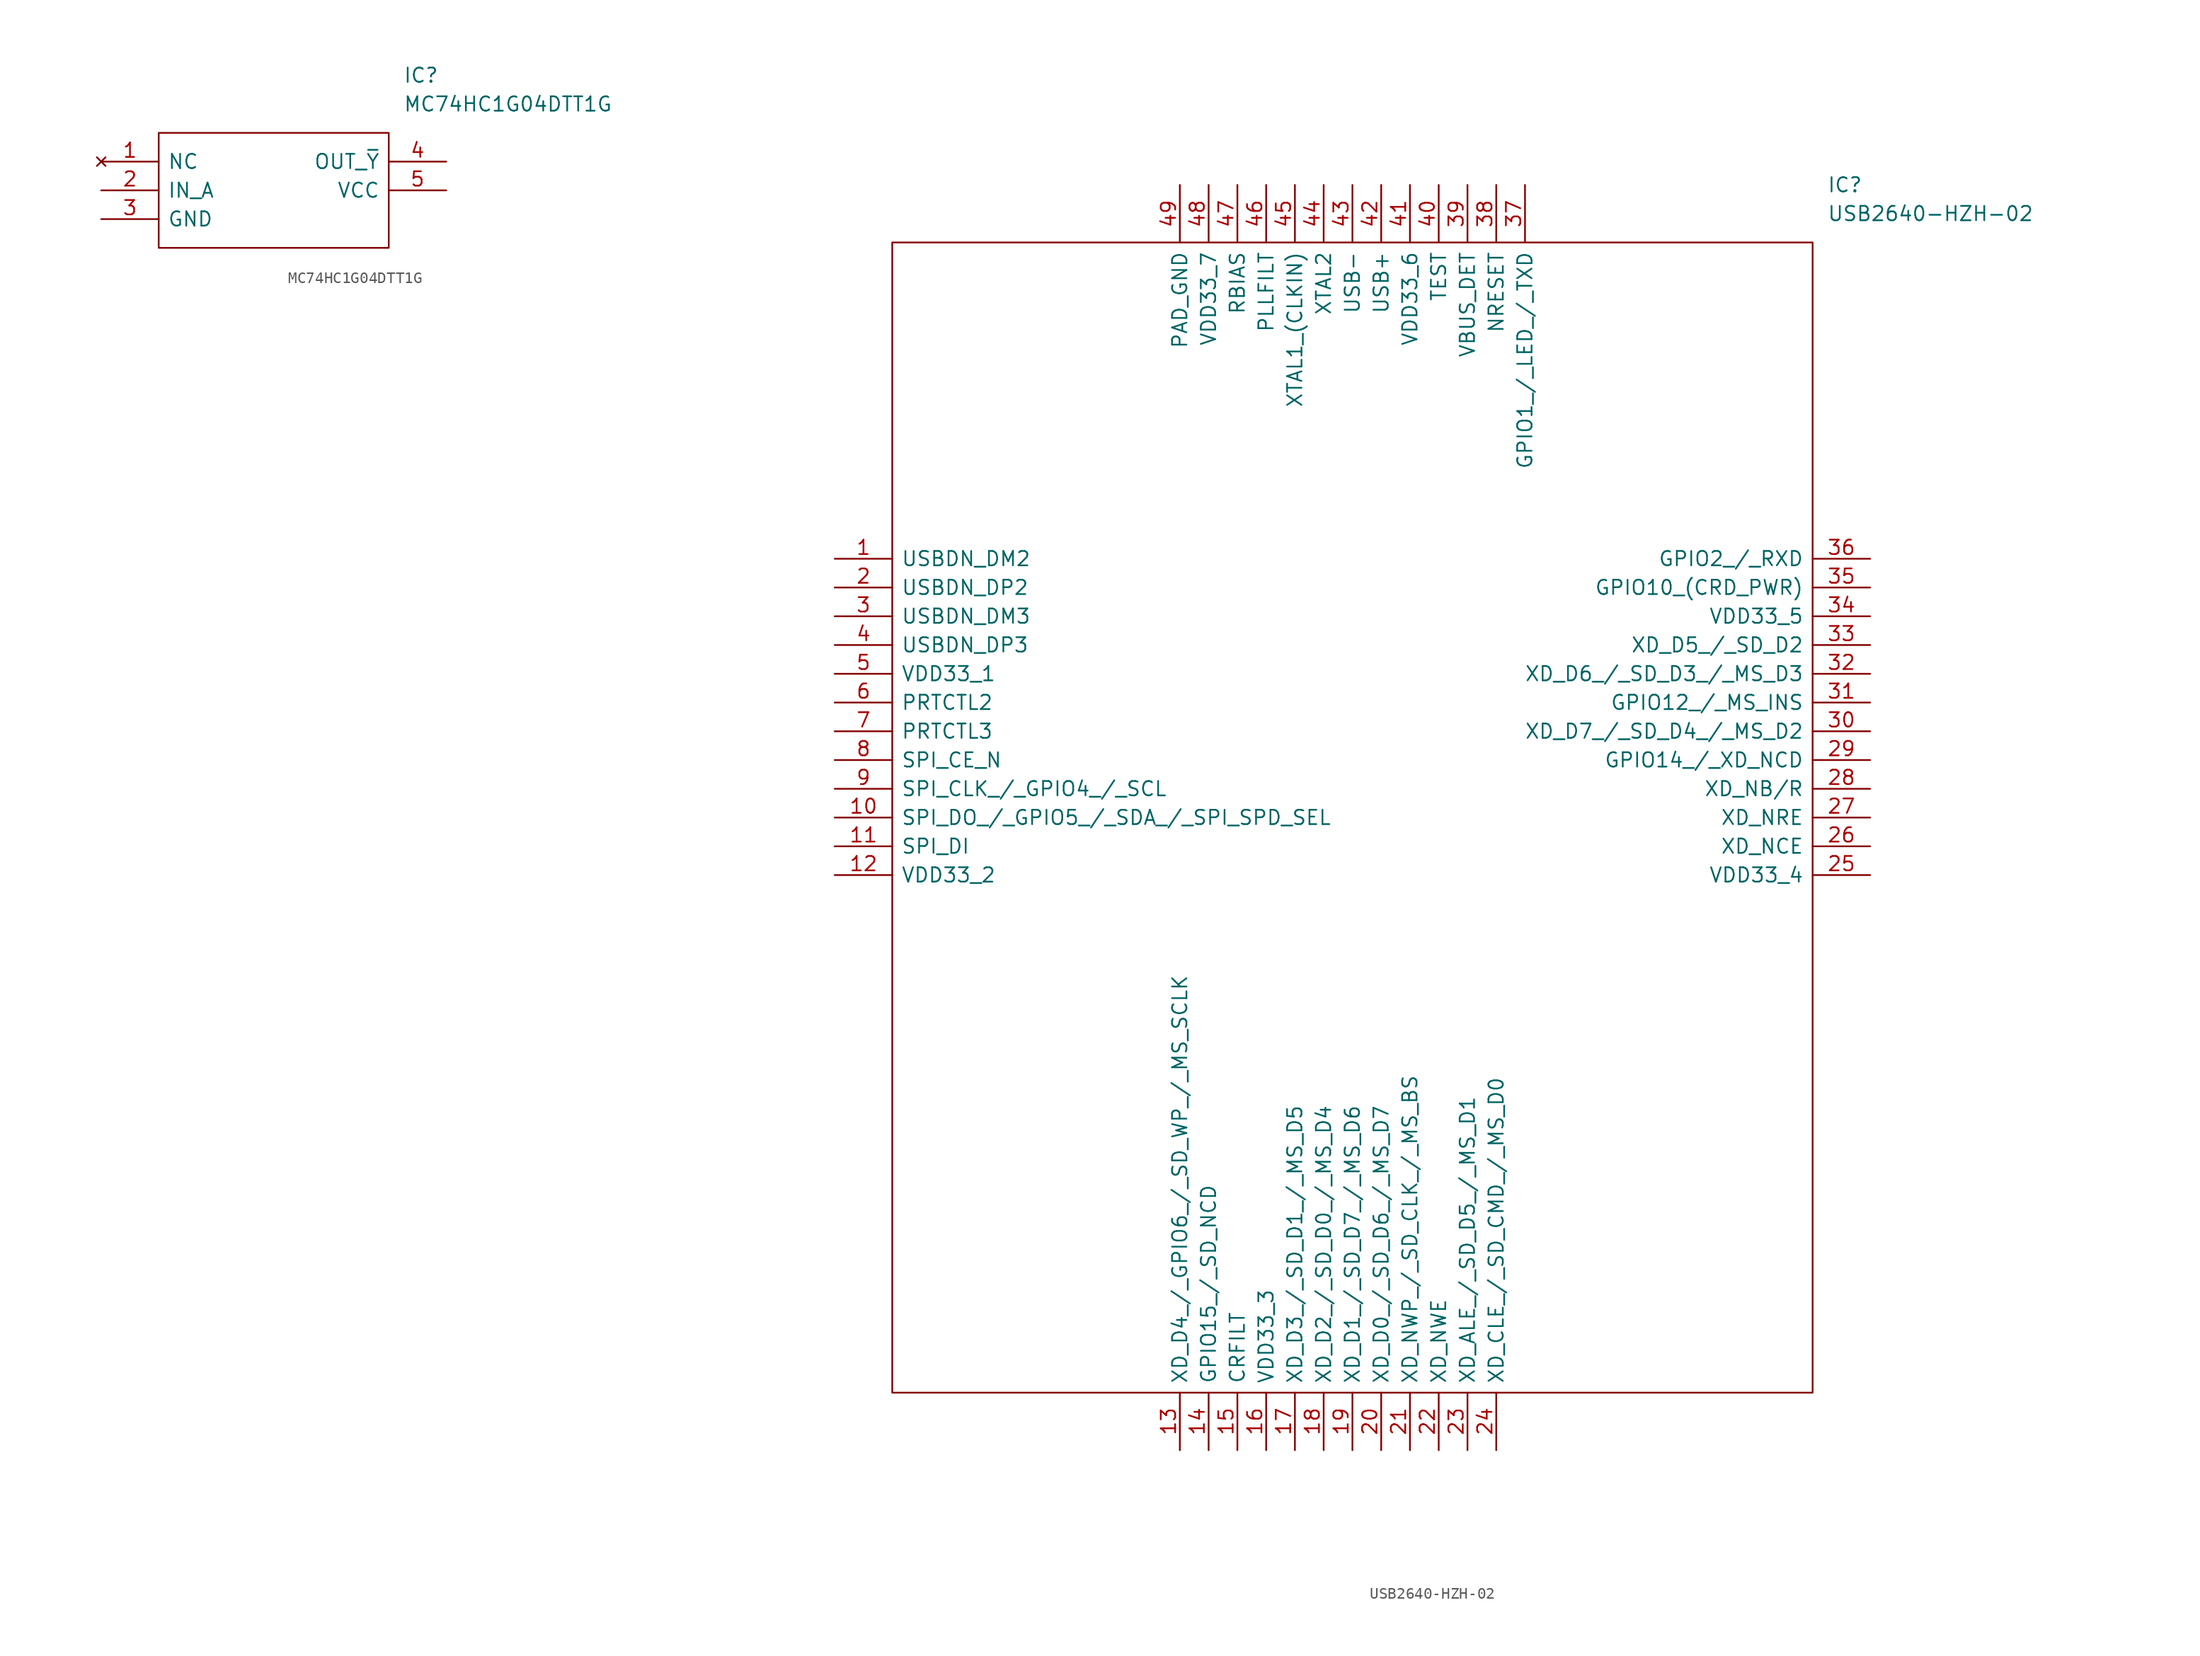
<source format=kicad_sym>
(kicad_symbol_lib
  (version 20211014)
  (generator kicad_symbol_editor)
  (symbol "MC74HC1G04DTT1G"
    (pin_names
      (offset 0.762))
    (property "Reference" "IC"
      (at 26.67 7.62 0)
      (effects (font (size 1.27 1.27)) (justify left)))
    (property "Value" "MC74HC1G04DTT1G"
      (at 26.67 5.08 0)
      (effects (font (size 1.27 1.27)) (justify left)))
    (symbol "MC74HC1G04DTT1G_0_0"
      (pin no_connect line (at 0 0 0) (length 5.08) (name "NC" (effects (font (size 1.27 1.27)))) (number "1" (effects (font (size 1.27 1.27)))))
      (pin passive line (at 0 -2.54 0) (length 5.08) (name "IN_A" (effects (font (size 1.27 1.27)))) (number "2" (effects (font (size 1.27 1.27)))))
      (pin passive line (at 0 -5.08 0) (length 5.08) (name "GND" (effects (font (size 1.27 1.27)))) (number "3" (effects (font (size 1.27 1.27)))))
      (pin passive line (at 30.48 0 180) (length 5.08) (name "OUT_~{Y}" (effects (font (size 1.27 1.27)))) (number "4" (effects (font (size 1.27 1.27)))))
      (pin passive line (at 30.48 -2.54 180) (length 5.08) (name "VCC" (effects (font (size 1.27 1.27)))) (number "5" (effects (font (size 1.27 1.27))))))
    (symbol "MC74HC1G04DTT1G_0_1"
      (polyline (pts (xy 5.08 2.54) (xy 25.4 2.54) (xy 25.4 -7.62) (xy 5.08 -7.62) (xy 5.08 2.54)) (stroke (width 0.152) (type default) (color 0 0 0 0)) (fill (type none)))))
  (symbol "USB2640-HZH-02"
    (pin_names
      (offset 0.762))
    (property "Reference" "IC"
      (at 87.63 33.02 0)
      (effects (font (size 1.27 1.27)) (justify left)))
    (property "Value" "USB2640-HZH-02"
      (at 87.63 30.48 0)
      (effects (font (size 1.27 1.27)) (justify left)))
    (symbol "USB2640-HZH-02_0_0"
      (pin bidirectional line (at 0 0 0) (length 5.08) (name "USBDN_DM2" (effects (font (size 1.27 1.27)))) (number "1" (effects (font (size 1.27 1.27)))))
      (pin bidirectional line (at 0 -22.86 0) (length 5.08) (name "SPI_DO_/_GPIO5_/_SDA_/_SPI_SPD_SEL" (effects (font (size 1.27 1.27)))) (number "10" (effects (font (size 1.27 1.27)))))
      (pin input line (at 0 -25.4 0) (length 5.08) (name "SPI_DI" (effects (font (size 1.27 1.27)))) (number "11" (effects (font (size 1.27 1.27)))))
      (pin power_in line (at 0 -27.94 0) (length 5.08) (name "VDD33_2" (effects (font (size 1.27 1.27)))) (number "12" (effects (font (size 1.27 1.27)))))
      (pin bidirectional line (at 30.48 -78.74 90) (length 5.08) (name "XD_D4_/_GPIO6_/_SD_WP_/_MS_SCLK" (effects (font (size 1.27 1.27)))) (number "13" (effects (font (size 1.27 1.27)))))
      (pin bidirectional line (at 33.02 -78.74 90) (length 5.08) (name "GPIO15_/_SD_NCD" (effects (font (size 1.27 1.27)))) (number "14" (effects (font (size 1.27 1.27)))))
      (pin power_in line (at 35.56 -78.74 90) (length 5.08) (name "CRFILT" (effects (font (size 1.27 1.27)))) (number "15" (effects (font (size 1.27 1.27)))))
      (pin power_in line (at 38.1 -78.74 90) (length 5.08) (name "VDD33_3" (effects (font (size 1.27 1.27)))) (number "16" (effects (font (size 1.27 1.27)))))
      (pin bidirectional line (at 40.64 -78.74 90) (length 5.08) (name "XD_D3_/_SD_D1_/_MS_D5" (effects (font (size 1.27 1.27)))) (number "17" (effects (font (size 1.27 1.27)))))
      (pin bidirectional line (at 43.18 -78.74 90) (length 5.08) (name "XD_D2_/_SD_D0_/_MS_D4" (effects (font (size 1.27 1.27)))) (number "18" (effects (font (size 1.27 1.27)))))
      (pin bidirectional line (at 45.72 -78.74 90) (length 5.08) (name "XD_D1_/_SD_D7_/_MS_D6" (effects (font (size 1.27 1.27)))) (number "19" (effects (font (size 1.27 1.27)))))
      (pin bidirectional line (at 0 -2.54 0) (length 5.08) (name "USBDN_DP2" (effects (font (size 1.27 1.27)))) (number "2" (effects (font (size 1.27 1.27)))))
      (pin bidirectional line (at 48.26 -78.74 90) (length 5.08) (name "XD_D0_/_SD_D6_/_MS_D7" (effects (font (size 1.27 1.27)))) (number "20" (effects (font (size 1.27 1.27)))))
      (pin passive line (at 50.8 -78.74 90) (length 5.08) (name "XD_NWP_/_SD_CLK_/_MS_BS" (effects (font (size 1.27 1.27)))) (number "21" (effects (font (size 1.27 1.27)))))
      (pin output line (at 53.34 -78.74 90) (length 5.08) (name "XD_NWE" (effects (font (size 1.27 1.27)))) (number "22" (effects (font (size 1.27 1.27)))))
      (pin bidirectional line (at 55.88 -78.74 90) (length 5.08) (name "XD_ALE_/_SD_D5_/_MS_D1" (effects (font (size 1.27 1.27)))) (number "23" (effects (font (size 1.27 1.27)))))
      (pin bidirectional line (at 58.42 -78.74 90) (length 5.08) (name "XD_CLE_/_SD_CMD_/_MS_D0" (effects (font (size 1.27 1.27)))) (number "24" (effects (font (size 1.27 1.27)))))
      (pin power_in line (at 91.44 -27.94 180) (length 5.08) (name "VDD33_4" (effects (font (size 1.27 1.27)))) (number "25" (effects (font (size 1.27 1.27)))))
      (pin passive line (at 91.44 -25.4 180) (length 5.08) (name "XD_NCE" (effects (font (size 1.27 1.27)))) (number "26" (effects (font (size 1.27 1.27)))))
      (pin passive line (at 91.44 -22.86 180) (length 5.08) (name "XD_NRE" (effects (font (size 1.27 1.27)))) (number "27" (effects (font (size 1.27 1.27)))))
      (pin passive line (at 91.44 -20.32 180) (length 5.08) (name "XD_NB/R" (effects (font (size 1.27 1.27)))) (number "28" (effects (font (size 1.27 1.27)))))
      (pin bidirectional line (at 91.44 -17.78 180) (length 5.08) (name "GPIO14_/_XD_NCD" (effects (font (size 1.27 1.27)))) (number "29" (effects (font (size 1.27 1.27)))))
      (pin bidirectional line (at 0 -5.08 0) (length 5.08) (name "USBDN_DM3" (effects (font (size 1.27 1.27)))) (number "3" (effects (font (size 1.27 1.27)))))
      (pin bidirectional line (at 91.44 -15.24 180) (length 5.08) (name "XD_D7_/_SD_D4_/_MS_D2" (effects (font (size 1.27 1.27)))) (number "30" (effects (font (size 1.27 1.27)))))
      (pin bidirectional line (at 91.44 -12.7 180) (length 5.08) (name "GPIO12_/_MS_INS" (effects (font (size 1.27 1.27)))) (number "31" (effects (font (size 1.27 1.27)))))
      (pin bidirectional line (at 91.44 -10.16 180) (length 5.08) (name "XD_D6_/_SD_D3_/_MS_D3" (effects (font (size 1.27 1.27)))) (number "32" (effects (font (size 1.27 1.27)))))
      (pin bidirectional line (at 91.44 -7.62 180) (length 5.08) (name "XD_D5_/_SD_D2" (effects (font (size 1.27 1.27)))) (number "33" (effects (font (size 1.27 1.27)))))
      (pin power_in line (at 91.44 -5.08 180) (length 5.08) (name "VDD33_5" (effects (font (size 1.27 1.27)))) (number "34" (effects (font (size 1.27 1.27)))))
      (pin passive line (at 91.44 -2.54 180) (length 5.08) (name "GPIO10_(CRD_PWR)" (effects (font (size 1.27 1.27)))) (number "35" (effects (font (size 1.27 1.27)))))
      (pin bidirectional line (at 91.44 0 180) (length 5.08) (name "GPIO2_/_RXD" (effects (font (size 1.27 1.27)))) (number "36" (effects (font (size 1.27 1.27)))))
      (pin bidirectional line (at 60.96 33.02 270) (length 5.08) (name "GPIO1_/_LED_/_TXD" (effects (font (size 1.27 1.27)))) (number "37" (effects (font (size 1.27 1.27)))))
      (pin passive line (at 58.42 33.02 270) (length 5.08) (name "NRESET" (effects (font (size 1.27 1.27)))) (number "38" (effects (font (size 1.27 1.27)))))
      (pin passive line (at 55.88 33.02 270) (length 5.08) (name "VBUS_DET" (effects (font (size 1.27 1.27)))) (number "39" (effects (font (size 1.27 1.27)))))
      (pin bidirectional line (at 0 -7.62 0) (length 5.08) (name "USBDN_DP3" (effects (font (size 1.27 1.27)))) (number "4" (effects (font (size 1.27 1.27)))))
      (pin passive line (at 53.34 33.02 270) (length 5.08) (name "TEST" (effects (font (size 1.27 1.27)))) (number "40" (effects (font (size 1.27 1.27)))))
      (pin power_in line (at 50.8 33.02 270) (length 5.08) (name "VDD33_6" (effects (font (size 1.27 1.27)))) (number "41" (effects (font (size 1.27 1.27)))))
      (pin passive line (at 48.26 33.02 270) (length 5.08) (name "USB+" (effects (font (size 1.27 1.27)))) (number "42" (effects (font (size 1.27 1.27)))))
      (pin passive line (at 45.72 33.02 270) (length 5.08) (name "USB-" (effects (font (size 1.27 1.27)))) (number "43" (effects (font (size 1.27 1.27)))))
      (pin passive line (at 43.18 33.02 270) (length 5.08) (name "XTAL2" (effects (font (size 1.27 1.27)))) (number "44" (effects (font (size 1.27 1.27)))))
      (pin passive line (at 40.64 33.02 270) (length 5.08) (name "XTAL1_(CLKIN)" (effects (font (size 1.27 1.27)))) (number "45" (effects (font (size 1.27 1.27)))))
      (pin passive line (at 38.1 33.02 270) (length 5.08) (name "PLLFILT" (effects (font (size 1.27 1.27)))) (number "46" (effects (font (size 1.27 1.27)))))
      (pin passive line (at 35.56 33.02 270) (length 5.08) (name "RBIAS" (effects (font (size 1.27 1.27)))) (number "47" (effects (font (size 1.27 1.27)))))
      (pin power_in line (at 33.02 33.02 270) (length 5.08) (name "VDD33_7" (effects (font (size 1.27 1.27)))) (number "48" (effects (font (size 1.27 1.27)))))
      (pin power_in line (at 30.48 33.02 270) (length 5.08) (name "PAD_GND" (effects (font (size 1.27 1.27)))) (number "49" (effects (font (size 1.27 1.27)))))
      (pin power_in line (at 0 -10.16 0) (length 5.08) (name "VDD33_1" (effects (font (size 1.27 1.27)))) (number "5" (effects (font (size 1.27 1.27)))))
      (pin passive line (at 0 -12.7 0) (length 5.08) (name "PRTCTL2" (effects (font (size 1.27 1.27)))) (number "6" (effects (font (size 1.27 1.27)))))
      (pin passive line (at 0 -15.24 0) (length 5.08) (name "PRTCTL3" (effects (font (size 1.27 1.27)))) (number "7" (effects (font (size 1.27 1.27)))))
      (pin output line (at 0 -17.78 0) (length 5.08) (name "SPI_CE_N" (effects (font (size 1.27 1.27)))) (number "8" (effects (font (size 1.27 1.27)))))
      (pin bidirectional line (at 0 -20.32 0) (length 5.08) (name "SPI_CLK_/_GPIO4_/_SCL" (effects (font (size 1.27 1.27)))) (number "9" (effects (font (size 1.27 1.27))))))
    (symbol "USB2640-HZH-02_0_1"
      (polyline (pts (xy 5.08 27.94) (xy 86.36 27.94) (xy 86.36 -73.66) (xy 5.08 -73.66) (xy 5.08 27.94)) (stroke (width 0.152) (type default) (color 0 0 0 0)) (fill (type none))))))
</source>
